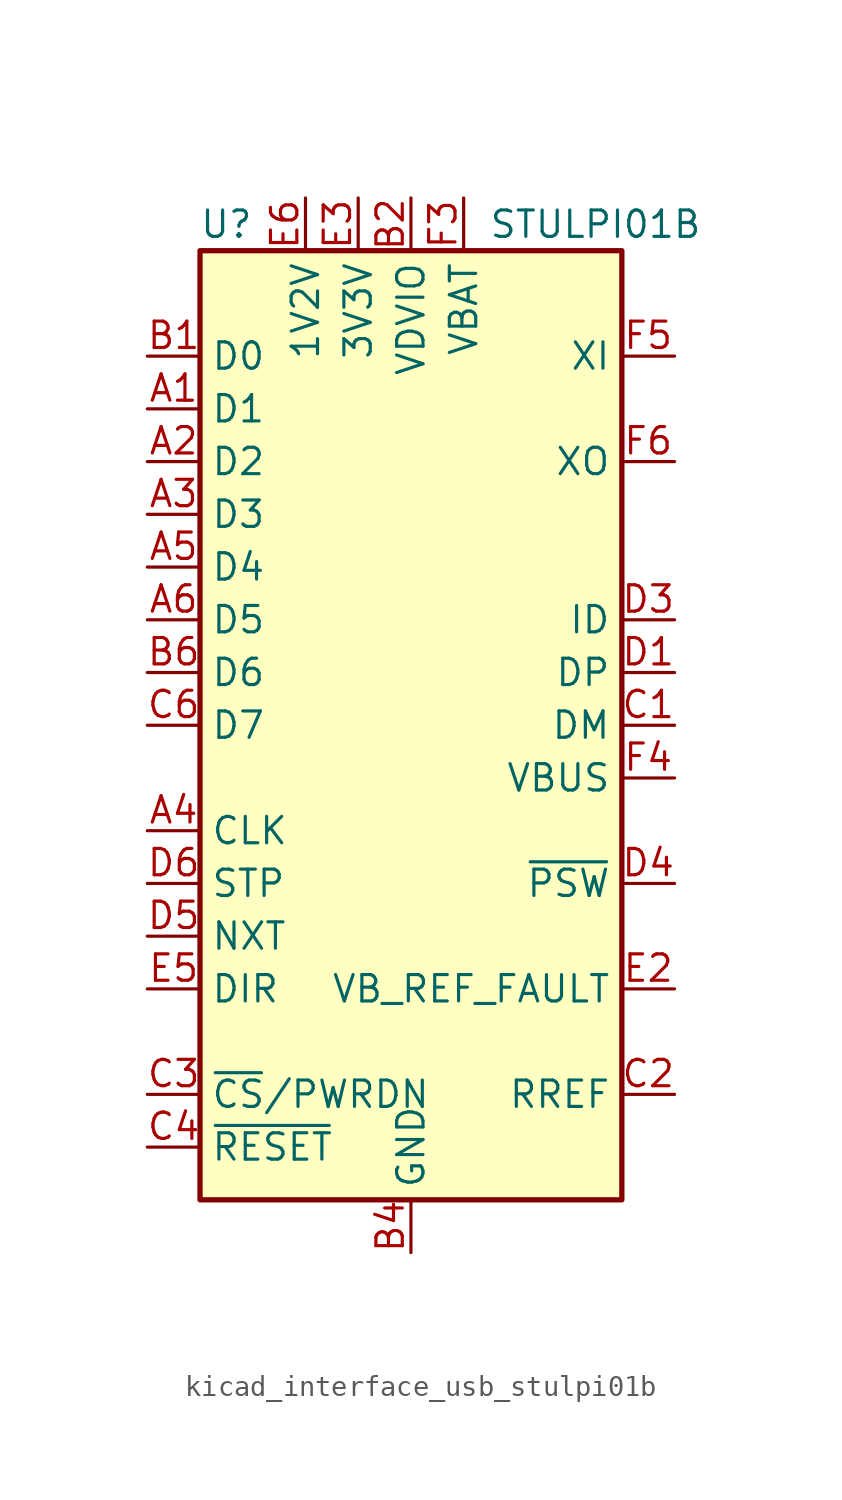
<source format=kicad_sym>
(kicad_symbol_lib
  (version 20220914)
  (generator kicad_symbol_editor)
  (symbol "kicad_interface_usb_stulpi01b"
    (property "Reference" "U"
      (at -8.89 24.13 0)
      (effects (font (size 1.27 1.27))))
    (property "Value" "STULPI01B"
      (at 8.89 24.13 0)
      (effects (font (size 1.27 1.27))))
    (symbol "kicad_interface_usb_stulpi01b_0_1"
      (rectangle (start 10.16 -22.86) (end -10.16 22.86) (stroke (width 0.254) (type default)) (fill (type background))))
    (symbol "kicad_interface_usb_stulpi01b_1_1"
      (pin bidirectional line (at -12.7 15.24 0) (length 2.54) (name "D1" (effects (font (size 1.27 1.27)))) (number "A1" (effects (font (size 1.27 1.27)))))
      (pin bidirectional line (at -12.7 12.7 0) (length 2.54) (name "D2" (effects (font (size 1.27 1.27)))) (number "A2" (effects (font (size 1.27 1.27)))))
      (pin bidirectional line (at -12.7 10.16 0) (length 2.54) (name "D3" (effects (font (size 1.27 1.27)))) (number "A3" (effects (font (size 1.27 1.27)))))
      (pin output line (at -12.7 -5.08 0) (length 2.54) (name "CLK" (effects (font (size 1.27 1.27)))) (number "A4" (effects (font (size 1.27 1.27)))))
      (pin bidirectional line (at -12.7 7.62 0) (length 2.54) (name "D4" (effects (font (size 1.27 1.27)))) (number "A5" (effects (font (size 1.27 1.27)))))
      (pin bidirectional line (at -12.7 5.08 0) (length 2.54) (name "D5" (effects (font (size 1.27 1.27)))) (number "A6" (effects (font (size 1.27 1.27)))))
      (pin bidirectional line (at -12.7 17.78 0) (length 2.54) (name "D0" (effects (font (size 1.27 1.27)))) (number "B1" (effects (font (size 1.27 1.27)))))
      (pin power_in line (at 0 25.4 270) (length 2.54) (name "VDVIO" (effects (font (size 1.27 1.27)))) (number "B2" (effects (font (size 1.27 1.27)))))
      (pin passive line (at 0 25.4 270) (length 2.54) hide (name "VDVIO" (effects (font (size 1.27 1.27)))) (number "B3" (effects (font (size 1.27 1.27)))))
      (pin power_in line (at 0 -25.4 90) (length 2.54) (name "GND" (effects (font (size 1.27 1.27)))) (number "B4" (effects (font (size 1.27 1.27)))))
      (pin passive line (at 0 25.4 270) (length 2.54) hide (name "VDVIO" (effects (font (size 1.27 1.27)))) (number "B5" (effects (font (size 1.27 1.27)))))
      (pin bidirectional line (at -12.7 2.54 0) (length 2.54) (name "D6" (effects (font (size 1.27 1.27)))) (number "B6" (effects (font (size 1.27 1.27)))))
      (pin bidirectional line (at 12.7 0 180) (length 2.54) (name "DM" (effects (font (size 1.27 1.27)))) (number "C1" (effects (font (size 1.27 1.27)))))
      (pin passive line (at 12.7 -17.78 180) (length 2.54) (name "RREF" (effects (font (size 1.27 1.27)))) (number "C2" (effects (font (size 1.27 1.27)))))
      (pin input line (at -12.7 -17.78 0) (length 2.54) (name "~{CS}/PWRDN" (effects (font (size 1.27 1.27)))) (number "C3" (effects (font (size 1.27 1.27)))))
      (pin input line (at -12.7 -20.32 0) (length 2.54) (name "~{RESET}" (effects (font (size 1.27 1.27)))) (number "C4" (effects (font (size 1.27 1.27)))))
      (pin passive line (at 0 -25.4 90) (length 2.54) hide (name "GND" (effects (font (size 1.27 1.27)))) (number "C5" (effects (font (size 1.27 1.27)))))
      (pin bidirectional line (at -12.7 0 0) (length 2.54) (name "D7" (effects (font (size 1.27 1.27)))) (number "C6" (effects (font (size 1.27 1.27)))))
      (pin bidirectional line (at 12.7 2.54 180) (length 2.54) (name "DP" (effects (font (size 1.27 1.27)))) (number "D1" (effects (font (size 1.27 1.27)))))
      (pin passive line (at 0 -25.4 90) (length 2.54) hide (name "GND" (effects (font (size 1.27 1.27)))) (number "D2" (effects (font (size 1.27 1.27)))))
      (pin input line (at 12.7 5.08 180) (length 2.54) (name "ID" (effects (font (size 1.27 1.27)))) (number "D3" (effects (font (size 1.27 1.27)))))
      (pin output line (at 12.7 -7.62 180) (length 2.54) (name "~{PSW}" (effects (font (size 1.27 1.27)))) (number "D4" (effects (font (size 1.27 1.27)))))
      (pin output line (at -12.7 -10.16 0) (length 2.54) (name "NXT" (effects (font (size 1.27 1.27)))) (number "D5" (effects (font (size 1.27 1.27)))))
      (pin input line (at -12.7 -7.62 0) (length 2.54) (name "STP" (effects (font (size 1.27 1.27)))) (number "D6" (effects (font (size 1.27 1.27)))))
      (pin passive line (at 0 -25.4 90) (length 2.54) hide (name "GND" (effects (font (size 1.27 1.27)))) (number "E1" (effects (font (size 1.27 1.27)))))
      (pin input line (at 12.7 -12.7 180) (length 2.54) (name "VB_REF_FAULT" (effects (font (size 1.27 1.27)))) (number "E2" (effects (font (size 1.27 1.27)))))
      (pin passive line (at -2.54 25.4 270) (length 2.54) (name "3V3V" (effects (font (size 1.27 1.27)))) (number "E3" (effects (font (size 1.27 1.27)))))
      (pin passive line (at 0 -25.4 90) (length 2.54) hide (name "GND" (effects (font (size 1.27 1.27)))) (number "E4" (effects (font (size 1.27 1.27)))))
      (pin output line (at -12.7 -12.7 0) (length 2.54) (name "DIR" (effects (font (size 1.27 1.27)))) (number "E5" (effects (font (size 1.27 1.27)))))
      (pin passive line (at -5.08 25.4 270) (length 2.54) (name "1V2V" (effects (font (size 1.27 1.27)))) (number "E6" (effects (font (size 1.27 1.27)))))
      (pin no_connect line (at -10.16 -2.54 0) (length 2.54) hide (name "NC" (effects (font (size 1.27 1.27)))) (number "F1" (effects (font (size 1.27 1.27)))))
      (pin no_connect line (at -10.16 -15.24 0) (length 2.54) hide (name "NC" (effects (font (size 1.27 1.27)))) (number "F2" (effects (font (size 1.27 1.27)))))
      (pin power_in line (at 2.54 25.4 270) (length 2.54) (name "VBAT" (effects (font (size 1.27 1.27)))) (number "F3" (effects (font (size 1.27 1.27)))))
      (pin bidirectional line (at 12.7 -2.54 180) (length 2.54) (name "VBUS" (effects (font (size 1.27 1.27)))) (number "F4" (effects (font (size 1.27 1.27)))))
      (pin input line (at 12.7 17.78 180) (length 2.54) (name "XI" (effects (font (size 1.27 1.27)))) (number "F5" (effects (font (size 1.27 1.27)))))
      (pin output line (at 12.7 12.7 180) (length 2.54) (name "XO" (effects (font (size 1.27 1.27)))) (number "F6" (effects (font (size 1.27 1.27))))))))
</source>
